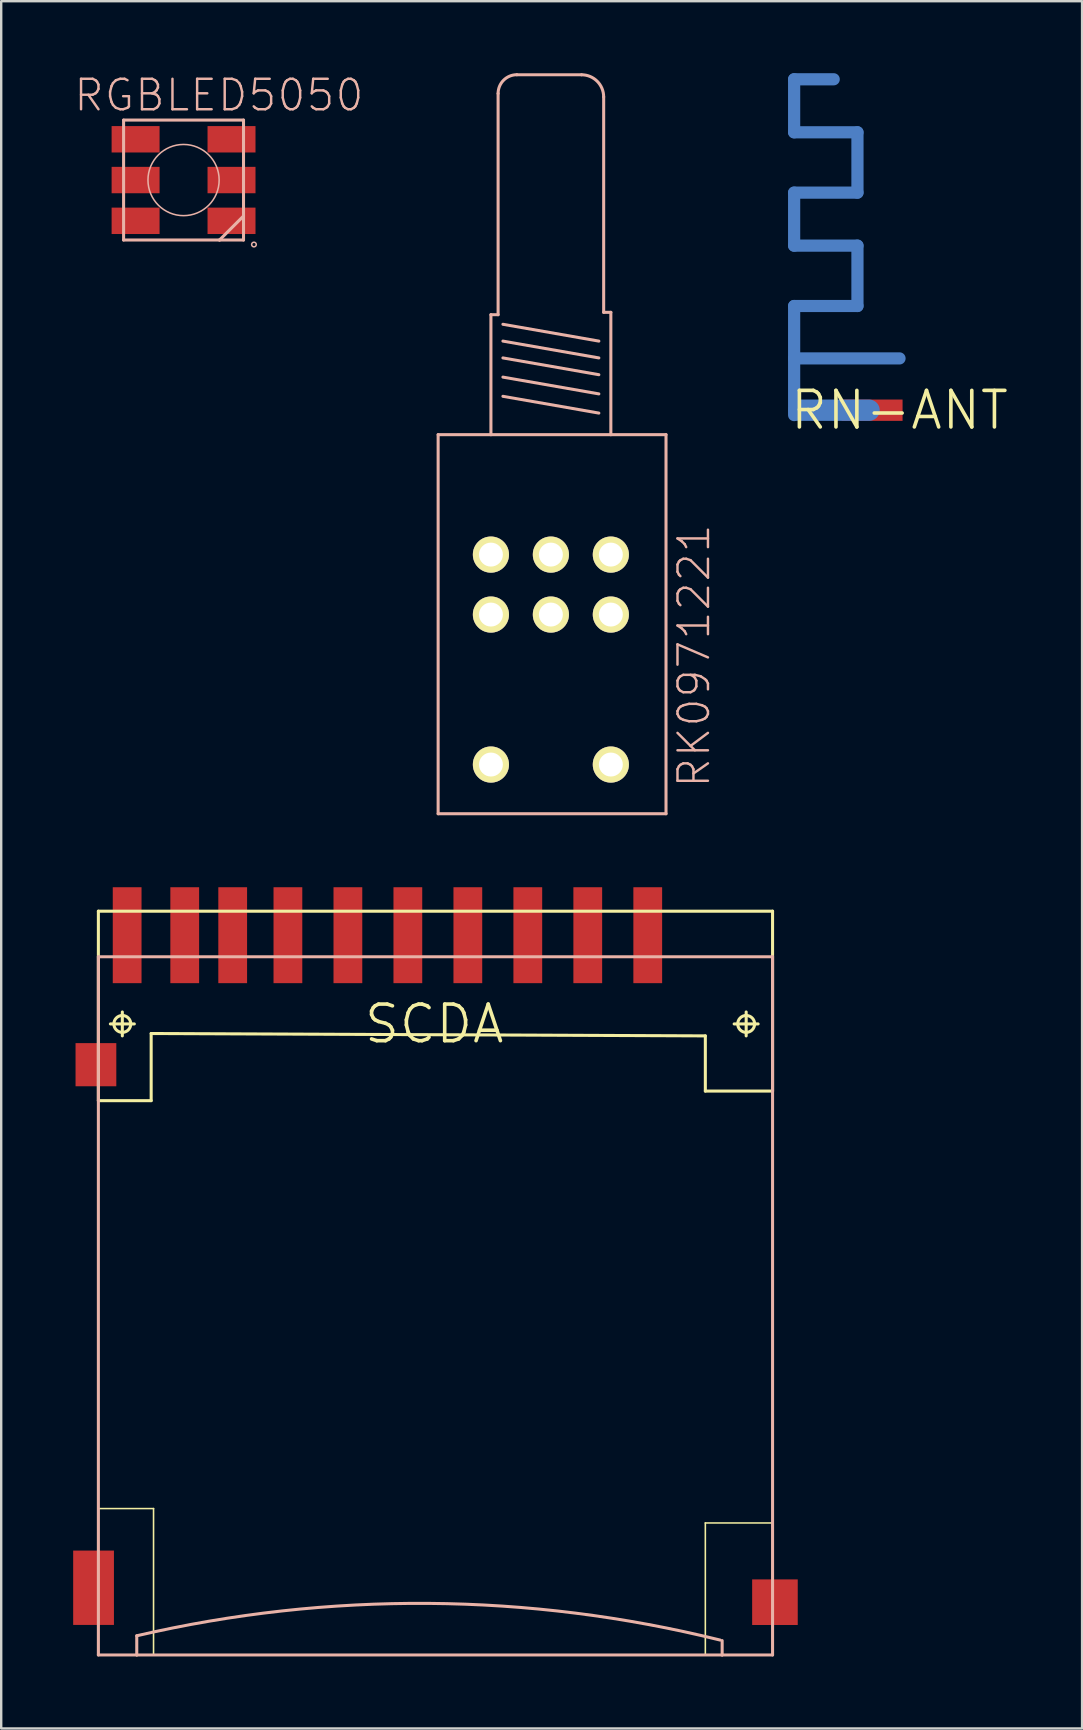
<source format=kicad_pcb>
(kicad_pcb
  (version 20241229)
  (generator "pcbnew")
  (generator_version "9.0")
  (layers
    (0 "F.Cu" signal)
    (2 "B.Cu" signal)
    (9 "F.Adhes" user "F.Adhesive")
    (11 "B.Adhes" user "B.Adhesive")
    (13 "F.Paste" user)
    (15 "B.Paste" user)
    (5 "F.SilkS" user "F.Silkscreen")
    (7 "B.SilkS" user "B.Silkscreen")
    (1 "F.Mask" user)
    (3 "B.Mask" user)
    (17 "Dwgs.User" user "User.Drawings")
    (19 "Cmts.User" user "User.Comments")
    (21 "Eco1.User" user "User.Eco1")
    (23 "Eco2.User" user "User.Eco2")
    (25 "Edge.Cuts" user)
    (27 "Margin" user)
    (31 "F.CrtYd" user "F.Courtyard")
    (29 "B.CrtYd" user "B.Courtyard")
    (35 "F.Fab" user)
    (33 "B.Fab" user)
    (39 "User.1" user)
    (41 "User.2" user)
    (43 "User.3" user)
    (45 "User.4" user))
  (footprint "RN-ANT"
    (layer "F.Cu")
    (at 34.439 14.046)
    (property "Reference" "RN-ANT" (at 0 0 0) (layer "F.SilkS") (effects (font (size 1.524 1.524) (thickness 0.15))))
    (attr smd)
    (fp_line (start -4.392 -13.792) (end -2.743 -13.792) (stroke (width 0.508) (type solid)) (layer "B.Cu"))
    (fp_line (start -4.392 -11.582) (end -4.392 -13.792) (stroke (width 0.508) (type solid)) (layer "B.Cu"))
    (fp_line (start -4.392 -9.068) (end -1.753 -9.068) (stroke (width 0.508) (type solid)) (layer "B.Cu"))
    (fp_line (start -4.392 -6.858) (end -4.392 -9.068) (stroke (width 0.508) (type solid)) (layer "B.Cu"))
    (fp_line (start -4.392 -4.343) (end -1.753 -4.343) (stroke (width 0.508) (type solid)) (layer "B.Cu"))
    (fp_line (start -4.392 -2.159) (end -4.392 -4.343) (stroke (width 0.508) (type solid)) (layer "B.Cu"))
    (fp_line (start -4.392 0.203) (end -4.392 -2.159) (stroke (width 0.508) (type solid)) (layer "B.Cu"))
    (fp_line (start -4.191 0) (end -1.27 0) (stroke (width 0.889) (type solid)) (layer "B.Cu"))
    (fp_line (start -1.753 -11.582) (end -4.392 -11.582) (stroke (width 0.508) (type solid)) (layer "B.Cu"))
    (fp_line (start -1.753 -9.068) (end -1.753 -11.582) (stroke (width 0.508) (type solid)) (layer "B.Cu"))
    (fp_line (start -1.753 -6.858) (end -4.392 -6.858) (stroke (width 0.508) (type solid)) (layer "B.Cu"))
    (fp_line (start -1.753 -4.343) (end -1.753 -6.858) (stroke (width 0.508) (type solid)) (layer "B.Cu"))
    (fp_line (start 0 -2.159) (end -4.392 -2.159) (stroke (width 0.508) (type solid)) (layer "B.Cu"))
    (pad "FEED" smd rect (at 0 -2.159) (size 0.025 0.025) (layers "F.Cu" "F.Mask" "F.Paste"))
    (pad "GND" smd rect (at -1.143 0) (size 2.54 0.889) (layers "F.Cu" "F.Mask" "F.Paste")))
  (footprint "SCDA"
    (layer "F.Cu")
    (at 15.048 39.624)
    (property "Reference" "SCDA" (at 0 0 0) (layer "F.SilkS") (effects (font (size 1.524 1.524) (thickness 0.15))))
    (attr smd)
    (fp_line (start -13.998 -4.699) (end 14.1 -4.699) (stroke (width 0.127) (type solid)) (layer "F.SilkS"))
    (fp_line (start -13.998 3.198) (end -13.998 -4.699) (stroke (width 0.127) (type solid)) (layer "F.SilkS"))
    (fp_line (start -13.998 20.198) (end -11.699 20.198) (stroke (width 0.066) (type solid)) (layer "F.SilkS"))
    (fp_line (start -13.998 26.299) (end -13.998 20.198) (stroke (width 0.066) (type solid)) (layer "F.SilkS"))
    (fp_line (start -13.998 26.299) (end -11.699 26.299) (stroke (width 0.066) (type solid)) (layer "F.SilkS"))
    (fp_line (start -13.498 0) (end -12.499 0) (stroke (width 0.127) (type solid)) (layer "F.SilkS"))
    (fp_line (start -13 0.498) (end -13 -0.498) (stroke (width 0.127) (type solid)) (layer "F.SilkS"))
    (fp_line (start -11.798 0.399) (end -11.798 3.198) (stroke (width 0.127) (type solid)) (layer "F.SilkS"))
    (fp_line (start -11.798 3.198) (end -13.998 3.198) (stroke (width 0.127) (type solid)) (layer "F.SilkS"))
    (fp_line (start -11.699 26.299) (end -11.699 20.198) (stroke (width 0.066) (type solid)) (layer "F.SilkS"))
    (fp_line (start 11.298 0.498) (end -11.798 0.399) (stroke (width 0.127) (type solid)) (layer "F.SilkS"))
    (fp_line (start 11.298 2.799) (end 11.298 0.498) (stroke (width 0.127) (type solid)) (layer "F.SilkS"))
    (fp_line (start 11.298 20.798) (end 14.1 20.798) (stroke (width 0.066) (type solid)) (layer "F.SilkS"))
    (fp_line (start 11.298 26.299) (end 11.298 20.798) (stroke (width 0.066) (type solid)) (layer "F.SilkS"))
    (fp_line (start 11.298 26.299) (end 14.1 26.299) (stroke (width 0.066) (type solid)) (layer "F.SilkS"))
    (fp_line (start 12.499 0) (end 13.498 0) (stroke (width 0.127) (type solid)) (layer "F.SilkS"))
    (fp_line (start 13 0.498) (end 13 -0.498) (stroke (width 0.127) (type solid)) (layer "F.SilkS"))
    (fp_line (start 14.1 -4.699) (end 14.1 2.799) (stroke (width 0.127) (type solid)) (layer "F.SilkS"))
    (fp_line (start 14.1 2.799) (end 11.298 2.799) (stroke (width 0.127) (type solid)) (layer "F.SilkS"))
    (fp_line (start 14.1 26.299) (end 14.1 20.798) (stroke (width 0.066) (type solid)) (layer "F.SilkS"))
    (fp_circle (center -13 0) (end -13.249 0.249) (stroke (width 0.127) (type solid)) (fill no) (layer "F.SilkS"))
    (fp_circle (center 13 0) (end 13.249 0.249) (stroke (width 0.127) (type solid)) (fill no) (layer "F.SilkS"))
    (fp_line (start -13.998 -2.799) (end 14.1 -2.799) (stroke (width 0.127) (type solid)) (layer "B.SilkS"))
    (fp_line (start -13.998 26.299) (end -13.998 -2.799) (stroke (width 0.127) (type solid)) (layer "B.SilkS"))
    (fp_line (start -12.398 25.499) (end -12.398 26.299) (stroke (width 0.127) (type solid)) (layer "B.SilkS"))
    (fp_line (start -12.398 26.299) (end -13.998 26.299) (stroke (width 0.127) (type solid)) (layer "B.SilkS"))
    (fp_line (start 11.999 25.7) (end 11.999 26.299) (stroke (width 0.127) (type solid)) (layer "B.SilkS"))
    (fp_line (start 11.999 26.299) (end -12.398 26.299) (stroke (width 0.127) (type solid)) (layer "B.SilkS"))
    (fp_line (start 14.1 -2.799) (end 14.1 26.299) (stroke (width 0.127) (type solid)) (layer "B.SilkS"))
    (fp_line (start 14.1 26.299) (end 11.999 26.299) (stroke (width 0.127) (type solid)) (layer "B.SilkS"))
    (fp_arc (start -12.39774 25.49906) (mid -0.229751 24.150002) (end 11.916966 25.67878) (stroke (width 0.127) (type solid)) (layer "B.SilkS"))
    (pad "1" smd rect (at 6.398 -3.698 90) (size 3.998 1.199) (layers "F.Cu" "F.Mask" "F.Paste"))
    (pad "2" smd rect (at 3.899 -3.698 90) (size 3.998 1.199) (layers "F.Cu" "F.Mask" "F.Paste"))
    (pad "3" smd rect (at 1.4 -3.698 90) (size 3.998 1.199) (layers "F.Cu" "F.Mask" "F.Paste"))
    (pad "4" smd rect (at -1.1 -3.698 90) (size 3.998 1.199) (layers "F.Cu" "F.Mask" "F.Paste"))
    (pad "5" smd rect (at -3.599 -3.698 90) (size 3.998 1.199) (layers "F.Cu" "F.Mask" "F.Paste"))
    (pad "6" smd rect (at -6.099 -3.698 90) (size 3.998 1.199) (layers "F.Cu" "F.Mask" "F.Paste"))
    (pad "7" smd rect (at -8.4 -3.698 90) (size 3.998 1.199) (layers "F.Cu" "F.Mask" "F.Paste"))
    (pad "8" smd rect (at -10.399 -3.698 90) (size 3.998 1.199) (layers "F.Cu" "F.Mask" "F.Paste"))
    (pad "9" smd rect (at 8.898 -3.698 90) (size 3.998 1.199) (layers "F.Cu" "F.Mask" "F.Paste"))
    (pad "10" smd rect (at -12.799 -3.698 90) (size 3.998 1.199) (layers "F.Cu" "F.Mask" "F.Paste"))
    (pad "11" smd rect (at -14.1 1.699) (size 1.699 1.798) (layers "F.Cu" "F.Mask" "F.Paste"))
    (pad "12" smd rect (at -14.199 23.498) (size 1.699 3.099) (layers "F.Cu" "F.Mask" "F.Paste"))
    (pad "13" smd rect (at 14.199 24.1) (size 1.9 1.9) (layers "F.Cu" "F.Mask" "F.Paste")))
  (footprint "RGBLED5050"
    (layer "F.Cu")
    (at 4.6 4.454)
    (property "Reference" "RGBLED5050" (at 1.473 -3.533 0) (layer "B.SilkS") (effects (font (size 1.27 1.27) (thickness 0.102))))
    (attr smd)
    (fp_line (start -2.499 -2.499) (end 2.499 -2.499) (stroke (width 0.127) (type solid)) (layer "B.SilkS"))
    (fp_line (start -2.499 2.499) (end -2.499 -2.499) (stroke (width 0.127) (type solid)) (layer "B.SilkS"))
    (fp_line (start 1.499 2.499) (end -2.499 2.499) (stroke (width 0.127) (type solid)) (layer "B.SilkS"))
    (fp_line (start 1.499 2.499) (end 2.499 1.499) (stroke (width 0.127) (type solid)) (layer "B.SilkS"))
    (fp_line (start 2.499 -2.499) (end 2.499 1.499) (stroke (width 0.127) (type solid)) (layer "B.SilkS"))
    (fp_line (start 2.499 1.499) (end 2.499 2.499) (stroke (width 0.127) (type solid)) (layer "B.SilkS"))
    (fp_line (start 2.499 2.499) (end 1.499 2.499) (stroke (width 0.127) (type solid)) (layer "B.SilkS"))
    (fp_circle (center 0 0) (end -1.049 1.049) (stroke (width 0.064) (type solid)) (fill no) (layer "B.SilkS"))
    (fp_circle (center 2.934 2.687) (end 3.002 2.756) (stroke (width 0.064) (type solid)) (fill no) (layer "B.SilkS"))
    (pad "1" smd rect (at -1.999 -1.699) (size 1.999 1.1) (layers "F.Cu" "F.Mask" "F.Paste"))
    (pad "2" smd rect (at -1.999 0) (size 1.999 1.1) (layers "F.Cu" "F.Mask" "F.Paste"))
    (pad "3" smd rect (at -1.999 1.699) (size 1.999 1.1) (layers "F.Cu" "F.Mask" "F.Paste"))
    (pad "4" smd rect (at 1.999 1.699) (size 1.999 1.1) (layers "F.Cu" "F.Mask" "F.Paste"))
    (pad "5" smd rect (at 1.999 0) (size 1.999 1.1) (layers "F.Cu" "F.Mask" "F.Paste"))
    (pad "6" smd rect (at 1.999 -1.699) (size 1.999 1.1) (layers "F.Cu" "F.Mask" "F.Paste")))
  (footprint "RK0971221"
    (layer "F.Cu")
    (at 19.909 15.065)
    (property "Reference" "RK0971221" (at 5.964 9.223 90) (layer "B.SilkS") (effects (font (size 1.27 1.27) (thickness 0.102))))
    (attr exclude_from_pos_files exclude_from_bom)
    (fp_line (start -4.699 0) (end -4.699 15.799) (stroke (width 0.127) (type solid)) (layer "B.SilkS"))
    (fp_line (start -4.699 15.799) (end 4.798 15.799) (stroke (width 0.127) (type solid)) (layer "B.SilkS"))
    (fp_line (start -2.499 -4.999) (end -2.2 -4.999) (stroke (width 0.127) (type solid)) (layer "B.SilkS"))
    (fp_line (start -2.499 0) (end -4.699 0) (stroke (width 0.127) (type solid)) (layer "B.SilkS"))
    (fp_line (start -2.499 0) (end -2.499 -4.999) (stroke (width 0.127) (type solid)) (layer "B.SilkS"))
    (fp_line (start -2.2 -4.999) (end -2.2 -14.219) (stroke (width 0.127) (type solid)) (layer "B.SilkS"))
    (fp_line (start -1.999 -4.6) (end 1.999 -3.899) (stroke (width 0.127) (type solid)) (layer "B.SilkS"))
    (fp_line (start -1.999 -3.899) (end 1.999 -3.198) (stroke (width 0.127) (type solid)) (layer "B.SilkS"))
    (fp_line (start -1.999 -3.198) (end 1.999 -2.499) (stroke (width 0.127) (type solid)) (layer "B.SilkS"))
    (fp_line (start -1.999 -2.398) (end 1.999 -1.699) (stroke (width 0.127) (type solid)) (layer "B.SilkS"))
    (fp_line (start -1.999 -1.598) (end 1.999 -0.899) (stroke (width 0.127) (type solid)) (layer "B.SilkS"))
    (fp_line (start -1.417 -14.999) (end 1.278 -14.999) (stroke (width 0.127) (type solid)) (layer "B.SilkS"))
    (fp_line (start 2.2 -14.077) (end 2.2 -5.098) (stroke (width 0.127) (type solid)) (layer "B.SilkS"))
    (fp_line (start 2.2 -5.098) (end 2.499 -5.098) (stroke (width 0.127) (type solid)) (layer "B.SilkS"))
    (fp_line (start 2.499 -5.098) (end 2.499 0) (stroke (width 0.127) (type solid)) (layer "B.SilkS"))
    (fp_line (start 2.499 0) (end -2.499 0) (stroke (width 0.127) (type solid)) (layer "B.SilkS"))
    (fp_line (start 4.798 0) (end 2.499 0) (stroke (width 0.127) (type solid)) (layer "B.SilkS"))
    (fp_line (start 4.798 15.799) (end 4.798 0) (stroke (width 0.127) (type solid)) (layer "B.SilkS"))
    (fp_arc (start -2.19964 -14.21892) (mid -1.970504 -14.772104) (end -1.41732 -15.00124) (stroke (width 0.127) (type solid)) (layer "B.SilkS"))
    (fp_arc (start 1.27762 -14.9987) (mid 1.929587 -14.728647) (end 2.19964 -14.07668) (stroke (width 0.127) (type solid)) (layer "B.SilkS"))
    (pad "A1" thru_hole circle (at -2.499 4.999) (size 1.506 1.506) (drill 0.998) (layers "*.Cu" "F.Mask" "F.SilkS" "F.Paste"))
    (pad "A2" thru_hole circle (at -2.499 7.498) (size 1.506 1.506) (drill 0.998) (layers "*.Cu" "F.Mask" "F.SilkS" "F.Paste"))
    (pad "B1" thru_hole circle (at 2.499 4.999) (size 1.506 1.506) (drill 0.998) (layers "*.Cu" "F.Mask" "F.SilkS" "F.Paste"))
    (pad "B2" thru_hole circle (at 2.499 7.498) (size 1.506 1.506) (drill 0.998) (layers "*.Cu" "F.Mask" "F.SilkS" "F.Paste"))
    (pad "SW1" thru_hole circle (at -2.499 13.749) (size 1.506 1.506) (drill 0.998) (layers "*.Cu" "F.Mask" "F.SilkS" "F.Paste"))
    (pad "SW2" thru_hole circle (at 2.499 13.749) (size 1.506 1.506) (drill 0.998) (layers "*.Cu" "F.Mask" "F.SilkS" "F.Paste"))
    (pad "W1" thru_hole circle (at 0 4.999) (size 1.506 1.506) (drill 0.998) (layers "*.Cu" "F.Mask" "F.SilkS" "F.Paste"))
    (pad "W2" thru_hole circle (at 0 7.498) (size 1.506 1.506) (drill 0.998) (layers "*.Cu" "F.Mask" "F.SilkS" "F.Paste")))
  (gr_rect
    (start -3 -3)
    (end 42.048 68.987)
    (stroke (width 0.1) (type default))
    (fill no)
    (layer "Edge.Cuts")))
</source>
